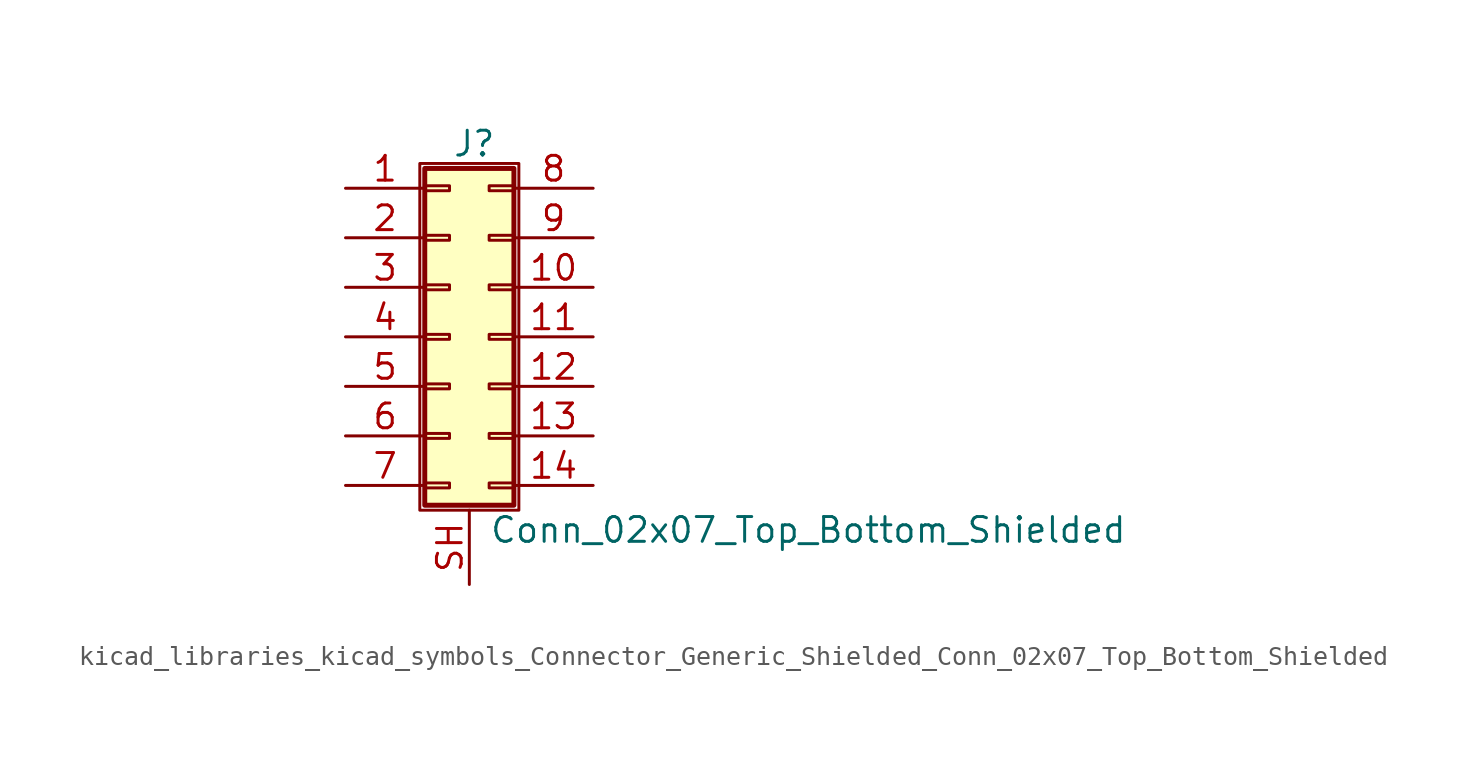
<source format=kicad_sym>
(kicad_symbol_lib
  (version 20220914)
  (generator kicad_symbol_editor)
  (symbol "kicad_libraries_kicad_symbols_Connector_Generic_Shielded_Conn_02x07_Top_Bottom_Shielded"
    (pin_names
      (offset 1.016) hide)
    (property "Reference" "J"
      (at 1.524 9.906 0)
      (effects (font (size 1.27 1.27))))
    (property "Value" "Conn_02x07_Top_Bottom_Shielded"
      (at 2.286 -9.906 0)
      (effects (font (size 1.27 1.27)) (justify left)))
    (symbol "kicad_libraries_kicad_symbols_Connector_Generic_Shielded_Conn_02x07_Top_Bottom_Shielded_1_1"
      (rectangle (start -1.27 8.89) (end 3.81 -8.89) (stroke (width 0.152) (type default)) (fill (type none)))
      (rectangle (start -1.016 -7.493) (end 0.254 -7.747) (stroke (width 0.152) (type default)) (fill (type none)))
      (rectangle (start -1.016 -4.953) (end 0.254 -5.207) (stroke (width 0.152) (type default)) (fill (type none)))
      (rectangle (start -1.016 -2.413) (end 0.254 -2.667) (stroke (width 0.152) (type default)) (fill (type none)))
      (rectangle (start -1.016 0.127) (end 0.254 -0.127) (stroke (width 0.152) (type default)) (fill (type none)))
      (rectangle (start -1.016 2.667) (end 0.254 2.413) (stroke (width 0.152) (type default)) (fill (type none)))
      (rectangle (start -1.016 5.207) (end 0.254 4.953) (stroke (width 0.152) (type default)) (fill (type none)))
      (rectangle (start -1.016 7.747) (end 0.254 7.493) (stroke (width 0.152) (type default)) (fill (type none)))
      (rectangle (start -1.016 8.636) (end 3.556 -8.636) (stroke (width 0.254) (type default)) (fill (type background)))
      (rectangle (start 3.556 -7.493) (end 2.286 -7.747) (stroke (width 0.152) (type default)) (fill (type none)))
      (rectangle (start 3.556 -4.953) (end 2.286 -5.207) (stroke (width 0.152) (type default)) (fill (type none)))
      (rectangle (start 3.556 -2.413) (end 2.286 -2.667) (stroke (width 0.152) (type default)) (fill (type none)))
      (rectangle (start 3.556 0.127) (end 2.286 -0.127) (stroke (width 0.152) (type default)) (fill (type none)))
      (rectangle (start 3.556 2.667) (end 2.286 2.413) (stroke (width 0.152) (type default)) (fill (type none)))
      (rectangle (start 3.556 5.207) (end 2.286 4.953) (stroke (width 0.152) (type default)) (fill (type none)))
      (rectangle (start 3.556 7.747) (end 2.286 7.493) (stroke (width 0.152) (type default)) (fill (type none)))
      (pin passive line (at -5.08 7.62 0) (length 4.064) (name "Pin_1" (effects (font (size 1.27 1.27)))) (number "1" (effects (font (size 1.27 1.27)))))
      (pin passive line (at 7.62 2.54 180) (length 4.064) (name "Pin_10" (effects (font (size 1.27 1.27)))) (number "10" (effects (font (size 1.27 1.27)))))
      (pin passive line (at 7.62 0 180) (length 4.064) (name "Pin_11" (effects (font (size 1.27 1.27)))) (number "11" (effects (font (size 1.27 1.27)))))
      (pin passive line (at 7.62 -2.54 180) (length 4.064) (name "Pin_12" (effects (font (size 1.27 1.27)))) (number "12" (effects (font (size 1.27 1.27)))))
      (pin passive line (at 7.62 -5.08 180) (length 4.064) (name "Pin_13" (effects (font (size 1.27 1.27)))) (number "13" (effects (font (size 1.27 1.27)))))
      (pin passive line (at 7.62 -7.62 180) (length 4.064) (name "Pin_14" (effects (font (size 1.27 1.27)))) (number "14" (effects (font (size 1.27 1.27)))))
      (pin passive line (at -5.08 5.08 0) (length 4.064) (name "Pin_2" (effects (font (size 1.27 1.27)))) (number "2" (effects (font (size 1.27 1.27)))))
      (pin passive line (at -5.08 2.54 0) (length 4.064) (name "Pin_3" (effects (font (size 1.27 1.27)))) (number "3" (effects (font (size 1.27 1.27)))))
      (pin passive line (at -5.08 0 0) (length 4.064) (name "Pin_4" (effects (font (size 1.27 1.27)))) (number "4" (effects (font (size 1.27 1.27)))))
      (pin passive line (at -5.08 -2.54 0) (length 4.064) (name "Pin_5" (effects (font (size 1.27 1.27)))) (number "5" (effects (font (size 1.27 1.27)))))
      (pin passive line (at -5.08 -5.08 0) (length 4.064) (name "Pin_6" (effects (font (size 1.27 1.27)))) (number "6" (effects (font (size 1.27 1.27)))))
      (pin passive line (at -5.08 -7.62 0) (length 4.064) (name "Pin_7" (effects (font (size 1.27 1.27)))) (number "7" (effects (font (size 1.27 1.27)))))
      (pin passive line (at 7.62 7.62 180) (length 4.064) (name "Pin_8" (effects (font (size 1.27 1.27)))) (number "8" (effects (font (size 1.27 1.27)))))
      (pin passive line (at 7.62 5.08 180) (length 4.064) (name "Pin_9" (effects (font (size 1.27 1.27)))) (number "9" (effects (font (size 1.27 1.27)))))
      (pin passive line (at 1.27 -12.7 90) (length 3.81) (name "Shield" (effects (font (size 1.27 1.27)))) (number "SH" (effects (font (size 1.27 1.27))))))))
</source>
